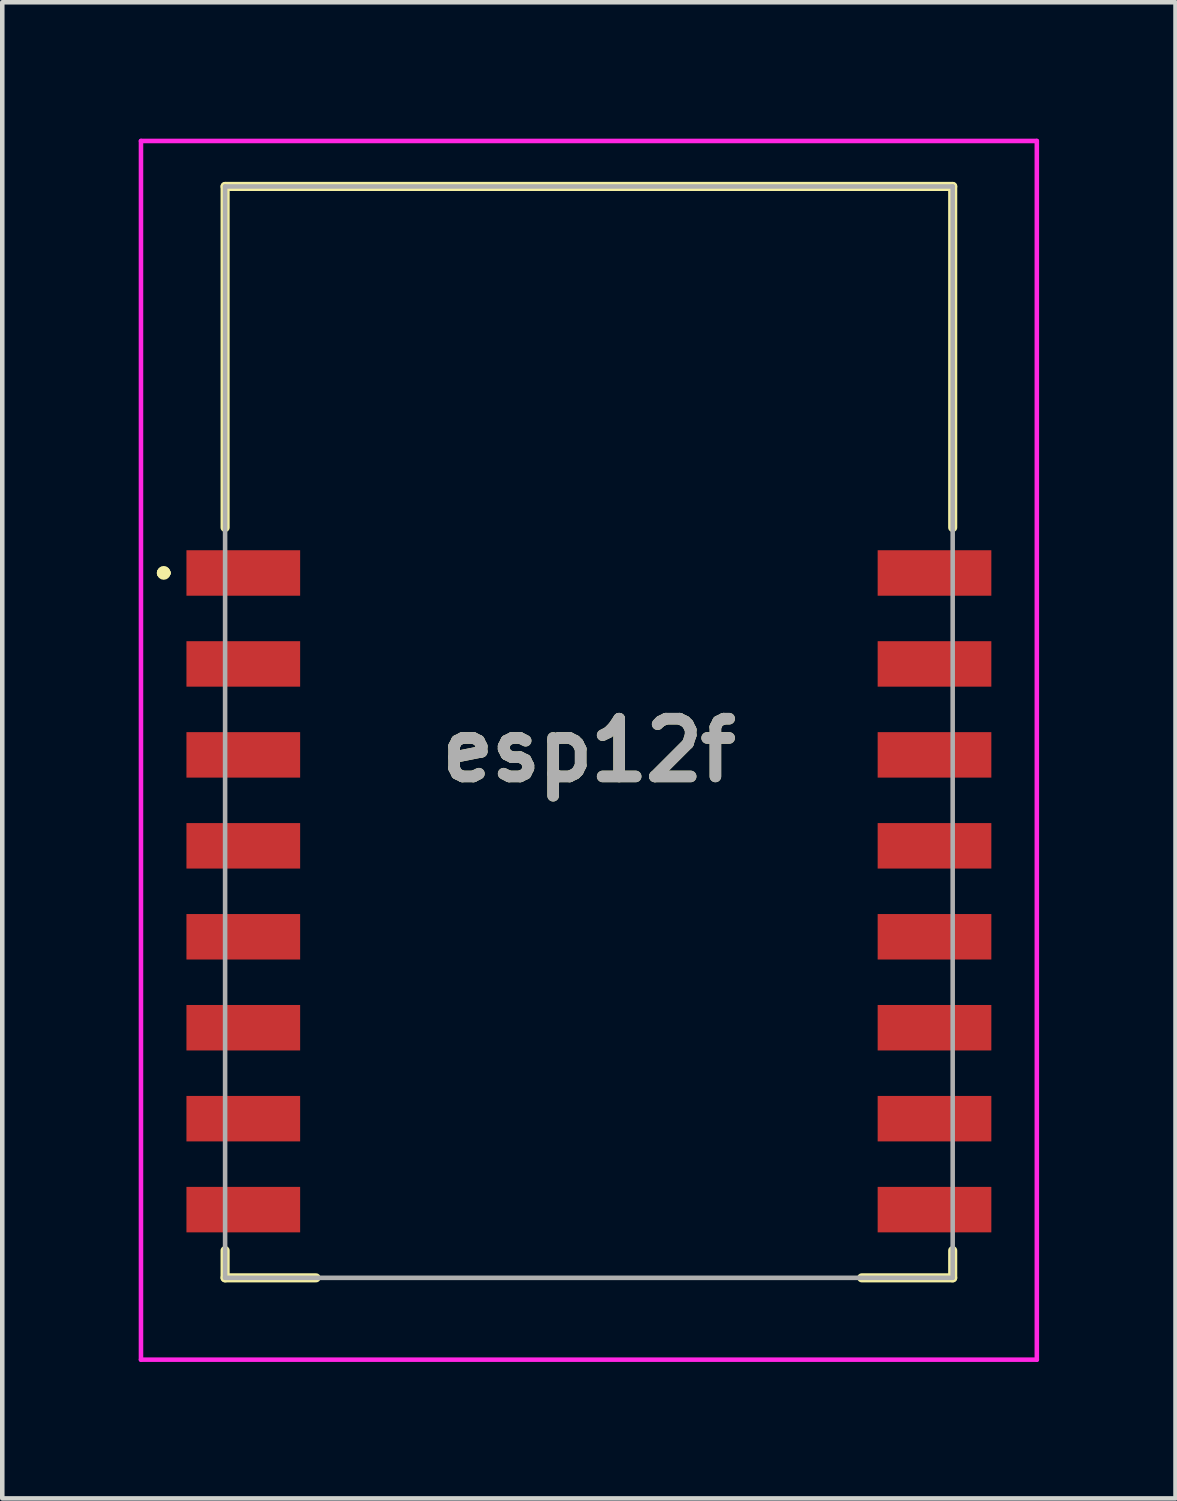
<source format=kicad_pcb>
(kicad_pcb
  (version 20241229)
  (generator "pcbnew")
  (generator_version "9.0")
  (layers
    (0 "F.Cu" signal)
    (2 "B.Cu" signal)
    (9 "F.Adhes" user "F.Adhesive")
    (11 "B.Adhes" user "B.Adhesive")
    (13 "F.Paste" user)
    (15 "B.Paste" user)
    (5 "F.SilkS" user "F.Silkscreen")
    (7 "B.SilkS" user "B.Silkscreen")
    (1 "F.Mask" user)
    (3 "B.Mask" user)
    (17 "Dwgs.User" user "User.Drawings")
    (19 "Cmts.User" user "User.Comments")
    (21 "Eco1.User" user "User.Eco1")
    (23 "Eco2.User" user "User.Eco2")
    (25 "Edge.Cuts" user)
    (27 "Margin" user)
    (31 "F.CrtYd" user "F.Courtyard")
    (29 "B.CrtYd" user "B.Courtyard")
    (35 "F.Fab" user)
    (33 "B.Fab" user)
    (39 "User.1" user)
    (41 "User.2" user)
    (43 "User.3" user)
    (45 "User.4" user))
  (footprint "esp12f"
    (layer "F.Cu")
    (at 9.9 13.05)
    (property "Reference" "esp12f" (at 0 0.4 0) (layer "F.SilkS") (effects (font (size 1.27 1.27) (thickness 0.254))))
    (attr smd)
    (fp_line (start -9.4 -3.5) (end -9.4 -3.5) (stroke (width 0.2) (type solid)) (layer "F.SilkS"))
    (fp_line (start -9.3 -3.5) (end -9.3 -3.5) (stroke (width 0.2) (type solid)) (layer "F.SilkS"))
    (fp_line (start -9.3 -3.5) (end -9.3 -3.5) (stroke (width 0.2) (type solid)) (layer "F.SilkS"))
    (fp_line (start -8 -12) (end 8 -12) (stroke (width 0.2) (type solid)) (layer "F.SilkS"))
    (fp_line (start -8 -4.5) (end -8 -12) (stroke (width 0.2) (type solid)) (layer "F.SilkS"))
    (fp_line (start -8 11.4) (end -8 12) (stroke (width 0.2) (type solid)) (layer "F.SilkS"))
    (fp_line (start -8 12) (end -6 12) (stroke (width 0.2) (type solid)) (layer "F.SilkS"))
    (fp_line (start 6 12) (end 8 12) (stroke (width 0.2) (type solid)) (layer "F.SilkS"))
    (fp_line (start 8 -12) (end 8 -4.5) (stroke (width 0.2) (type solid)) (layer "F.SilkS"))
    (fp_line (start 8 12) (end 8 11.4) (stroke (width 0.2) (type solid)) (layer "F.SilkS"))
    (fp_arc (start -9.4 -3.5) (mid -9.35 -3.55) (end -9.3 -3.5) (stroke (width 0.2) (type solid)) (layer "F.SilkS"))
    (fp_arc (start -9.4 -3.5) (mid -9.35 -3.55) (end -9.3 -3.5) (stroke (width 0.2) (type solid)) (layer "F.SilkS"))
    (fp_arc (start -9.3 -3.5) (mid -9.35 -3.45) (end -9.4 -3.5) (stroke (width 0.2) (type solid)) (layer "F.SilkS"))
    (fp_line (start -9.85 -13) (end -9.85 13.8) (stroke (width 0.1) (type solid)) (layer "F.CrtYd"))
    (fp_line (start -9.85 13.8) (end 9.85 13.8) (stroke (width 0.1) (type solid)) (layer "F.CrtYd"))
    (fp_line (start 9.85 -13) (end -9.85 -13) (stroke (width 0.1) (type solid)) (layer "F.CrtYd"))
    (fp_line (start 9.85 13.8) (end 9.85 -13) (stroke (width 0.1) (type solid)) (layer "F.CrtYd"))
    (fp_line (start -8 -12) (end 8 -12) (stroke (width 0.1) (type solid)) (layer "F.Fab"))
    (fp_line (start -8 12) (end -8 -12) (stroke (width 0.1) (type solid)) (layer "F.Fab"))
    (fp_line (start 8 -12) (end 8 12) (stroke (width 0.1) (type solid)) (layer "F.Fab"))
    (fp_line (start 8 12) (end -8 12) (stroke (width 0.1) (type solid)) (layer "F.Fab"))
    (fp_text user "${REFERENCE}" (at 0 0.4 0) (layer "F.Fab") (effects (font (size 1.27 1.27) (thickness 0.254))))
    (pad "1" smd rect (at -7.6 -3.5 90) (size 1 2.5) (layers "F.Cu" "F.Mask" "F.Paste"))
    (pad "2" smd rect (at -7.6 -1.5 90) (size 1 2.5) (layers "F.Cu" "F.Mask" "F.Paste"))
    (pad "3" smd rect (at -7.6 0.5 90) (size 1 2.5) (layers "F.Cu" "F.Mask" "F.Paste"))
    (pad "4" smd rect (at -7.6 2.5 90) (size 1 2.5) (layers "F.Cu" "F.Mask" "F.Paste"))
    (pad "5" smd rect (at -7.6 4.5 90) (size 1 2.5) (layers "F.Cu" "F.Mask" "F.Paste"))
    (pad "6" smd rect (at -7.6 6.5 90) (size 1 2.5) (layers "F.Cu" "F.Mask" "F.Paste"))
    (pad "7" smd rect (at -7.6 8.5 90) (size 1 2.5) (layers "F.Cu" "F.Mask" "F.Paste"))
    (pad "8" smd rect (at -7.6 10.5 90) (size 1 2.5) (layers "F.Cu" "F.Mask" "F.Paste"))
    (pad "15" smd rect (at 7.6 10.5 90) (size 1 2.5) (layers "F.Cu" "F.Mask" "F.Paste"))
    (pad "16" smd rect (at 7.6 8.5 90) (size 1 2.5) (layers "F.Cu" "F.Mask" "F.Paste"))
    (pad "17" smd rect (at 7.6 6.5 90) (size 1 2.5) (layers "F.Cu" "F.Mask" "F.Paste"))
    (pad "18" smd rect (at 7.6 4.5 90) (size 1 2.5) (layers "F.Cu" "F.Mask" "F.Paste"))
    (pad "19" smd rect (at 7.6 2.5 90) (size 1 2.5) (layers "F.Cu" "F.Mask" "F.Paste"))
    (pad "20" smd rect (at 7.6 0.5 90) (size 1 2.5) (layers "F.Cu" "F.Mask" "F.Paste"))
    (pad "21" smd rect (at 7.6 -1.5 90) (size 1 2.5) (layers "F.Cu" "F.Mask" "F.Paste"))
    (pad "22" smd rect (at 7.6 -3.5 90) (size 1 2.5) (layers "F.Cu" "F.Mask" "F.Paste")))
  (gr_rect
    (start -3 -3)
    (end 22.8 29.9)
    (stroke (width 0.1) (type default))
    (fill no)
    (layer "Edge.Cuts")))
</source>
